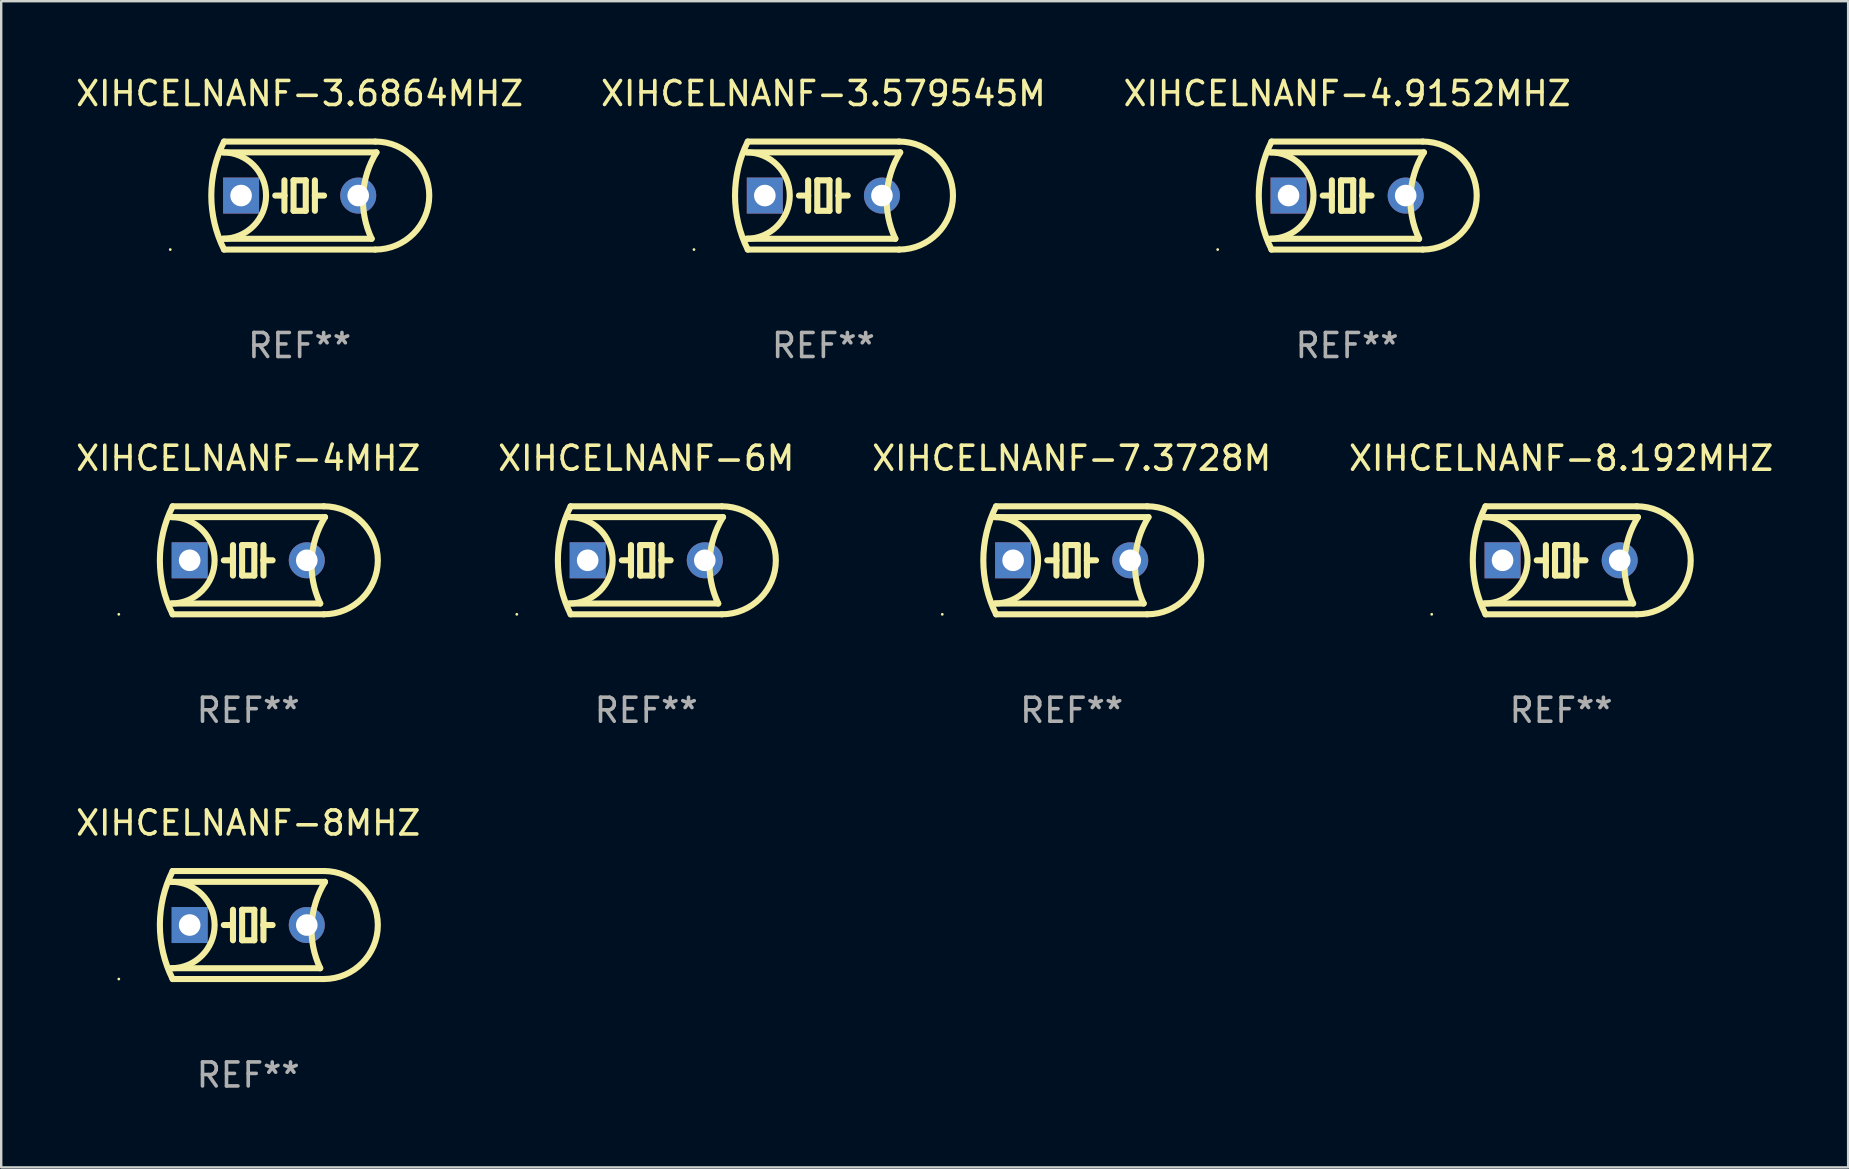
<source format=kicad_pcb>
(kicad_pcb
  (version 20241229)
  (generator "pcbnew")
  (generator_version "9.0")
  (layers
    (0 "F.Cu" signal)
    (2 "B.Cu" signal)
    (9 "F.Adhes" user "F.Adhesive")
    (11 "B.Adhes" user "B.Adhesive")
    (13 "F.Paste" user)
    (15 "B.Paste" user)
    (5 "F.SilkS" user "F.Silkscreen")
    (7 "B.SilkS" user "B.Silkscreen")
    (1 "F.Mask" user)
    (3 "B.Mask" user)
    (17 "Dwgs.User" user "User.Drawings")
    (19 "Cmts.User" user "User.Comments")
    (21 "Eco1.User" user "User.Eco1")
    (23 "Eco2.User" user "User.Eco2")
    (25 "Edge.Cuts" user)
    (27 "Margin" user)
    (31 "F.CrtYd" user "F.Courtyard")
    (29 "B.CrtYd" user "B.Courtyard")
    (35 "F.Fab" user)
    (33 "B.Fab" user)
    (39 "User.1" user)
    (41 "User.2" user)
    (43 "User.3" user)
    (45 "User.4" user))
  (footprint "XIHCELNANF-4MHZ"
    (layer "F.Cu")
    (at 7.292 20.295)
    (property "Reference" "XIHCELNANF-4MHZ" (at 0 -4.25 0) (layer "F.SilkS") (effects (font (size 1 1) (thickness 0.15))))
    (attr through_hole)
    (fp_line (start -3.2 -1.8) (end 3.2 -1.8) (stroke (width 0.254) (type solid)) (layer "F.SilkS"))
    (fp_line (start -3.15 2.25) (end 3.15 2.25) (stroke (width 0.254) (type solid)) (layer "F.SilkS"))
    (fp_line (start -0.635 -0.635) (end -0.635 0) (stroke (width 0.254) (type solid)) (layer "F.SilkS"))
    (fp_line (start -0.635 0) (end -1.016 0) (stroke (width 0.254) (type solid)) (layer "F.SilkS"))
    (fp_line (start -0.635 0) (end -0.635 0.635) (stroke (width 0.254) (type solid)) (layer "F.SilkS"))
    (fp_line (start -0.254 -0.635) (end -0.254 0.635) (stroke (width 0.254) (type solid)) (layer "F.SilkS"))
    (fp_line (start -0.254 0.635) (end 0.254 0.635) (stroke (width 0.254) (type solid)) (layer "F.SilkS"))
    (fp_line (start 0.254 -0.635) (end -0.254 -0.635) (stroke (width 0.254) (type solid)) (layer "F.SilkS"))
    (fp_line (start 0.254 0.635) (end 0.254 -0.635) (stroke (width 0.254) (type solid)) (layer "F.SilkS"))
    (fp_line (start 0.635 -0.635) (end 0.635 0) (stroke (width 0.254) (type solid)) (layer "F.SilkS"))
    (fp_line (start 0.635 0) (end 0.635 0.635) (stroke (width 0.254) (type solid)) (layer "F.SilkS"))
    (fp_line (start 0.635 0) (end 1.016 0) (stroke (width 0.254) (type solid)) (layer "F.SilkS"))
    (fp_line (start 3 1.8) (end -3.2 1.8) (stroke (width 0.254) (type solid)) (layer "F.SilkS"))
    (fp_line (start 3.15 -2.25) (end -3.15 -2.25) (stroke (width 0.254) (type solid)) (layer "F.SilkS"))
    (fp_arc (start -3.200406 -1.800864) (mid -1.399974 -0.000635) (end -3.2 1.8) (stroke (width 0.254001) (type solid)) (layer "F.SilkS"))
    (fp_arc (start -3.149606 2.250444) (mid -3.680941 0.000261) (end -3.149987 -2.250013) (stroke (width 0.254001) (type solid)) (layer "F.SilkS"))
    (fp_arc (start 2.999746 1.800863) (mid 2.642982 -0.024977) (end 3.2 -1.8) (stroke (width 0.254001) (type solid)) (layer "F.SilkS"))
    (fp_arc (start 3.149607 -2.250445) (mid 5.399848 -0.000406) (end 3.149987 2.250013) (stroke (width 0.254001) (type solid)) (layer "F.SilkS"))
    (fp_circle (center -5.392 2.25) (end -5.362 2.25) (stroke (width 0.06) (type solid)) (fill no) (layer "F.SilkS"))
    (fp_text user "REF**" (at 0 6.25 0) (layer "F.Fab") (effects (font (size 1 1) (thickness 0.15))))
    (pad "1" thru_hole rect (at -2.44 0) (size 1.5 1.5) (drill 0.9) (layers "*.Cu" "*.Mask"))
    (pad "2" thru_hole circle (at 2.44 0) (size 1.5 1.5) (drill 0.9) (layers "*.Cu" "*.Mask")))
  (footprint "XIHCELNANF-7.3728M"
    (layer "F.Cu")
    (at 41.601 20.295)
    (property "Reference" "XIHCELNANF-7.3728M" (at 0 -4.25 0) (layer "F.SilkS") (effects (font (size 1 1) (thickness 0.15))))
    (attr through_hole)
    (fp_line (start -3.2 -1.8) (end 3.2 -1.8) (stroke (width 0.254) (type solid)) (layer "F.SilkS"))
    (fp_line (start -3.15 2.25) (end 3.15 2.25) (stroke (width 0.254) (type solid)) (layer "F.SilkS"))
    (fp_line (start -0.635 -0.635) (end -0.635 0) (stroke (width 0.254) (type solid)) (layer "F.SilkS"))
    (fp_line (start -0.635 0) (end -1.016 0) (stroke (width 0.254) (type solid)) (layer "F.SilkS"))
    (fp_line (start -0.635 0) (end -0.635 0.635) (stroke (width 0.254) (type solid)) (layer "F.SilkS"))
    (fp_line (start -0.254 -0.635) (end -0.254 0.635) (stroke (width 0.254) (type solid)) (layer "F.SilkS"))
    (fp_line (start -0.254 0.635) (end 0.254 0.635) (stroke (width 0.254) (type solid)) (layer "F.SilkS"))
    (fp_line (start 0.254 -0.635) (end -0.254 -0.635) (stroke (width 0.254) (type solid)) (layer "F.SilkS"))
    (fp_line (start 0.254 0.635) (end 0.254 -0.635) (stroke (width 0.254) (type solid)) (layer "F.SilkS"))
    (fp_line (start 0.635 -0.635) (end 0.635 0) (stroke (width 0.254) (type solid)) (layer "F.SilkS"))
    (fp_line (start 0.635 0) (end 0.635 0.635) (stroke (width 0.254) (type solid)) (layer "F.SilkS"))
    (fp_line (start 0.635 0) (end 1.016 0) (stroke (width 0.254) (type solid)) (layer "F.SilkS"))
    (fp_line (start 3 1.8) (end -3.2 1.8) (stroke (width 0.254) (type solid)) (layer "F.SilkS"))
    (fp_line (start 3.15 -2.25) (end -3.15 -2.25) (stroke (width 0.254) (type solid)) (layer "F.SilkS"))
    (fp_arc (start -3.200406 -1.800864) (mid -1.399974 -0.000635) (end -3.2 1.8) (stroke (width 0.254001) (type solid)) (layer "F.SilkS"))
    (fp_arc (start -3.149606 2.250444) (mid -3.680941 0.000261) (end -3.149987 -2.250013) (stroke (width 0.254001) (type solid)) (layer "F.SilkS"))
    (fp_arc (start 2.999746 1.800863) (mid 2.642982 -0.024977) (end 3.2 -1.8) (stroke (width 0.254001) (type solid)) (layer "F.SilkS"))
    (fp_arc (start 3.149607 -2.250445) (mid 5.399848 -0.000406) (end 3.149987 2.250013) (stroke (width 0.254001) (type solid)) (layer "F.SilkS"))
    (fp_circle (center -5.392 2.25) (end -5.362 2.25) (stroke (width 0.06) (type solid)) (fill no) (layer "F.SilkS"))
    (fp_text user "REF**" (at 0 6.25 0) (layer "F.Fab") (effects (font (size 1 1) (thickness 0.15))))
    (pad "1" thru_hole rect (at -2.44 0) (size 1.5 1.5) (drill 0.9) (layers "*.Cu" "*.Mask"))
    (pad "2" thru_hole circle (at 2.44 0) (size 1.5 1.5) (drill 0.9) (layers "*.Cu" "*.Mask")))
  (footprint "XIHCELNANF-8.192MHZ"
    (layer "F.Cu")
    (at 61.994 20.295)
    (property "Reference" "XIHCELNANF-8.192MHZ" (at 0 -4.25 0) (layer "F.SilkS") (effects (font (size 1 1) (thickness 0.15))))
    (attr through_hole)
    (fp_line (start -3.2 -1.8) (end 3.2 -1.8) (stroke (width 0.254) (type solid)) (layer "F.SilkS"))
    (fp_line (start -3.15 2.25) (end 3.15 2.25) (stroke (width 0.254) (type solid)) (layer "F.SilkS"))
    (fp_line (start -0.635 -0.635) (end -0.635 0) (stroke (width 0.254) (type solid)) (layer "F.SilkS"))
    (fp_line (start -0.635 0) (end -1.016 0) (stroke (width 0.254) (type solid)) (layer "F.SilkS"))
    (fp_line (start -0.635 0) (end -0.635 0.635) (stroke (width 0.254) (type solid)) (layer "F.SilkS"))
    (fp_line (start -0.254 -0.635) (end -0.254 0.635) (stroke (width 0.254) (type solid)) (layer "F.SilkS"))
    (fp_line (start -0.254 0.635) (end 0.254 0.635) (stroke (width 0.254) (type solid)) (layer "F.SilkS"))
    (fp_line (start 0.254 -0.635) (end -0.254 -0.635) (stroke (width 0.254) (type solid)) (layer "F.SilkS"))
    (fp_line (start 0.254 0.635) (end 0.254 -0.635) (stroke (width 0.254) (type solid)) (layer "F.SilkS"))
    (fp_line (start 0.635 -0.635) (end 0.635 0) (stroke (width 0.254) (type solid)) (layer "F.SilkS"))
    (fp_line (start 0.635 0) (end 0.635 0.635) (stroke (width 0.254) (type solid)) (layer "F.SilkS"))
    (fp_line (start 0.635 0) (end 1.016 0) (stroke (width 0.254) (type solid)) (layer "F.SilkS"))
    (fp_line (start 3 1.8) (end -3.2 1.8) (stroke (width 0.254) (type solid)) (layer "F.SilkS"))
    (fp_line (start 3.15 -2.25) (end -3.15 -2.25) (stroke (width 0.254) (type solid)) (layer "F.SilkS"))
    (fp_arc (start -3.200406 -1.800864) (mid -1.399974 -0.000635) (end -3.2 1.8) (stroke (width 0.254001) (type solid)) (layer "F.SilkS"))
    (fp_arc (start -3.149606 2.250444) (mid -3.680941 0.000261) (end -3.149987 -2.250013) (stroke (width 0.254001) (type solid)) (layer "F.SilkS"))
    (fp_arc (start 2.999746 1.800863) (mid 2.642982 -0.024977) (end 3.2 -1.8) (stroke (width 0.254001) (type solid)) (layer "F.SilkS"))
    (fp_arc (start 3.149607 -2.250445) (mid 5.399848 -0.000406) (end 3.149987 2.250013) (stroke (width 0.254001) (type solid)) (layer "F.SilkS"))
    (fp_circle (center -5.392 2.25) (end -5.362 2.25) (stroke (width 0.06) (type solid)) (fill no) (layer "F.SilkS"))
    (fp_text user "REF**" (at 0 6.25 0) (layer "F.Fab") (effects (font (size 1 1) (thickness 0.15))))
    (pad "1" thru_hole rect (at -2.44 0) (size 1.5 1.5) (drill 0.9) (layers "*.Cu" "*.Mask"))
    (pad "2" thru_hole circle (at 2.44 0) (size 1.5 1.5) (drill 0.9) (layers "*.Cu" "*.Mask")))
  (footprint "XIHCELNANF-6M"
    (layer "F.Cu")
    (at 23.875 20.295)
    (property "Reference" "XIHCELNANF-6M" (at 0 -4.25 0) (layer "F.SilkS") (effects (font (size 1 1) (thickness 0.15))))
    (attr through_hole)
    (fp_line (start -3.2 -1.8) (end 3.2 -1.8) (stroke (width 0.254) (type solid)) (layer "F.SilkS"))
    (fp_line (start -3.15 2.25) (end 3.15 2.25) (stroke (width 0.254) (type solid)) (layer "F.SilkS"))
    (fp_line (start -0.635 -0.635) (end -0.635 0) (stroke (width 0.254) (type solid)) (layer "F.SilkS"))
    (fp_line (start -0.635 0) (end -1.016 0) (stroke (width 0.254) (type solid)) (layer "F.SilkS"))
    (fp_line (start -0.635 0) (end -0.635 0.635) (stroke (width 0.254) (type solid)) (layer "F.SilkS"))
    (fp_line (start -0.254 -0.635) (end -0.254 0.635) (stroke (width 0.254) (type solid)) (layer "F.SilkS"))
    (fp_line (start -0.254 0.635) (end 0.254 0.635) (stroke (width 0.254) (type solid)) (layer "F.SilkS"))
    (fp_line (start 0.254 -0.635) (end -0.254 -0.635) (stroke (width 0.254) (type solid)) (layer "F.SilkS"))
    (fp_line (start 0.254 0.635) (end 0.254 -0.635) (stroke (width 0.254) (type solid)) (layer "F.SilkS"))
    (fp_line (start 0.635 -0.635) (end 0.635 0) (stroke (width 0.254) (type solid)) (layer "F.SilkS"))
    (fp_line (start 0.635 0) (end 0.635 0.635) (stroke (width 0.254) (type solid)) (layer "F.SilkS"))
    (fp_line (start 0.635 0) (end 1.016 0) (stroke (width 0.254) (type solid)) (layer "F.SilkS"))
    (fp_line (start 3 1.8) (end -3.2 1.8) (stroke (width 0.254) (type solid)) (layer "F.SilkS"))
    (fp_line (start 3.15 -2.25) (end -3.15 -2.25) (stroke (width 0.254) (type solid)) (layer "F.SilkS"))
    (fp_arc (start -3.200406 -1.800864) (mid -1.399974 -0.000635) (end -3.2 1.8) (stroke (width 0.254001) (type solid)) (layer "F.SilkS"))
    (fp_arc (start -3.149606 2.250444) (mid -3.680941 0.000261) (end -3.149987 -2.250013) (stroke (width 0.254001) (type solid)) (layer "F.SilkS"))
    (fp_arc (start 2.999746 1.800863) (mid 2.642982 -0.024977) (end 3.2 -1.8) (stroke (width 0.254001) (type solid)) (layer "F.SilkS"))
    (fp_arc (start 3.149607 -2.250445) (mid 5.399848 -0.000406) (end 3.149987 2.250013) (stroke (width 0.254001) (type solid)) (layer "F.SilkS"))
    (fp_circle (center -5.392 2.25) (end -5.362 2.25) (stroke (width 0.06) (type solid)) (fill no) (layer "F.SilkS"))
    (fp_text user "REF**" (at 0 6.25 0) (layer "F.Fab") (effects (font (size 1 1) (thickness 0.15))))
    (pad "1" thru_hole rect (at -2.44 0) (size 1.5 1.5) (drill 0.9) (layers "*.Cu" "*.Mask"))
    (pad "2" thru_hole circle (at 2.44 0) (size 1.5 1.5) (drill 0.9) (layers "*.Cu" "*.Mask")))
  (footprint "XIHCELNANF-4.9152MHZ"
    (layer "F.Cu")
    (at 53.077 5.098)
    (property "Reference" "XIHCELNANF-4.9152MHZ" (at 0 -4.25 0) (layer "F.SilkS") (effects (font (size 1 1) (thickness 0.15))))
    (attr through_hole)
    (fp_line (start -3.2 -1.8) (end 3.2 -1.8) (stroke (width 0.254) (type solid)) (layer "F.SilkS"))
    (fp_line (start -3.15 2.25) (end 3.15 2.25) (stroke (width 0.254) (type solid)) (layer "F.SilkS"))
    (fp_line (start -0.635 -0.635) (end -0.635 0) (stroke (width 0.254) (type solid)) (layer "F.SilkS"))
    (fp_line (start -0.635 0) (end -1.016 0) (stroke (width 0.254) (type solid)) (layer "F.SilkS"))
    (fp_line (start -0.635 0) (end -0.635 0.635) (stroke (width 0.254) (type solid)) (layer "F.SilkS"))
    (fp_line (start -0.254 -0.635) (end -0.254 0.635) (stroke (width 0.254) (type solid)) (layer "F.SilkS"))
    (fp_line (start -0.254 0.635) (end 0.254 0.635) (stroke (width 0.254) (type solid)) (layer "F.SilkS"))
    (fp_line (start 0.254 -0.635) (end -0.254 -0.635) (stroke (width 0.254) (type solid)) (layer "F.SilkS"))
    (fp_line (start 0.254 0.635) (end 0.254 -0.635) (stroke (width 0.254) (type solid)) (layer "F.SilkS"))
    (fp_line (start 0.635 -0.635) (end 0.635 0) (stroke (width 0.254) (type solid)) (layer "F.SilkS"))
    (fp_line (start 0.635 0) (end 0.635 0.635) (stroke (width 0.254) (type solid)) (layer "F.SilkS"))
    (fp_line (start 0.635 0) (end 1.016 0) (stroke (width 0.254) (type solid)) (layer "F.SilkS"))
    (fp_line (start 3 1.8) (end -3.2 1.8) (stroke (width 0.254) (type solid)) (layer "F.SilkS"))
    (fp_line (start 3.15 -2.25) (end -3.15 -2.25) (stroke (width 0.254) (type solid)) (layer "F.SilkS"))
    (fp_arc (start -3.200406 -1.800864) (mid -1.399974 -0.000635) (end -3.2 1.8) (stroke (width 0.254001) (type solid)) (layer "F.SilkS"))
    (fp_arc (start -3.149606 2.250444) (mid -3.680941 0.000261) (end -3.149987 -2.250013) (stroke (width 0.254001) (type solid)) (layer "F.SilkS"))
    (fp_arc (start 2.999746 1.800863) (mid 2.642982 -0.024977) (end 3.2 -1.8) (stroke (width 0.254001) (type solid)) (layer "F.SilkS"))
    (fp_arc (start 3.149607 -2.250445) (mid 5.399848 -0.000406) (end 3.149987 2.250013) (stroke (width 0.254001) (type solid)) (layer "F.SilkS"))
    (fp_circle (center -5.392 2.25) (end -5.362 2.25) (stroke (width 0.06) (type solid)) (fill no) (layer "F.SilkS"))
    (fp_text user "REF**" (at 0 6.25 0) (layer "F.Fab") (effects (font (size 1 1) (thickness 0.15))))
    (pad "1" thru_hole rect (at -2.44 0) (size 1.5 1.5) (drill 0.9) (layers "*.Cu" "*.Mask"))
    (pad "2" thru_hole circle (at 2.44 0) (size 1.5 1.5) (drill 0.9) (layers "*.Cu" "*.Mask")))
  (footprint "XIHCELNANF-3.6864MHZ"
    (layer "F.Cu")
    (at 9.435 5.098)
    (property "Reference" "XIHCELNANF-3.6864MHZ" (at 0 -4.25 0) (layer "F.SilkS") (effects (font (size 1 1) (thickness 0.15))))
    (attr through_hole)
    (fp_line (start -3.2 -1.8) (end 3.2 -1.8) (stroke (width 0.254) (type solid)) (layer "F.SilkS"))
    (fp_line (start -3.15 2.25) (end 3.15 2.25) (stroke (width 0.254) (type solid)) (layer "F.SilkS"))
    (fp_line (start -0.635 -0.635) (end -0.635 0) (stroke (width 0.254) (type solid)) (layer "F.SilkS"))
    (fp_line (start -0.635 0) (end -1.016 0) (stroke (width 0.254) (type solid)) (layer "F.SilkS"))
    (fp_line (start -0.635 0) (end -0.635 0.635) (stroke (width 0.254) (type solid)) (layer "F.SilkS"))
    (fp_line (start -0.254 -0.635) (end -0.254 0.635) (stroke (width 0.254) (type solid)) (layer "F.SilkS"))
    (fp_line (start -0.254 0.635) (end 0.254 0.635) (stroke (width 0.254) (type solid)) (layer "F.SilkS"))
    (fp_line (start 0.254 -0.635) (end -0.254 -0.635) (stroke (width 0.254) (type solid)) (layer "F.SilkS"))
    (fp_line (start 0.254 0.635) (end 0.254 -0.635) (stroke (width 0.254) (type solid)) (layer "F.SilkS"))
    (fp_line (start 0.635 -0.635) (end 0.635 0) (stroke (width 0.254) (type solid)) (layer "F.SilkS"))
    (fp_line (start 0.635 0) (end 0.635 0.635) (stroke (width 0.254) (type solid)) (layer "F.SilkS"))
    (fp_line (start 0.635 0) (end 1.016 0) (stroke (width 0.254) (type solid)) (layer "F.SilkS"))
    (fp_line (start 3 1.8) (end -3.2 1.8) (stroke (width 0.254) (type solid)) (layer "F.SilkS"))
    (fp_line (start 3.15 -2.25) (end -3.15 -2.25) (stroke (width 0.254) (type solid)) (layer "F.SilkS"))
    (fp_arc (start -3.200406 -1.800864) (mid -1.399974 -0.000635) (end -3.2 1.8) (stroke (width 0.254001) (type solid)) (layer "F.SilkS"))
    (fp_arc (start -3.149606 2.250444) (mid -3.680941 0.000261) (end -3.149987 -2.250013) (stroke (width 0.254001) (type solid)) (layer "F.SilkS"))
    (fp_arc (start 2.999746 1.800863) (mid 2.642982 -0.024977) (end 3.2 -1.8) (stroke (width 0.254001) (type solid)) (layer "F.SilkS"))
    (fp_arc (start 3.149607 -2.250445) (mid 5.399848 -0.000406) (end 3.149987 2.250013) (stroke (width 0.254001) (type solid)) (layer "F.SilkS"))
    (fp_circle (center -5.392 2.25) (end -5.362 2.25) (stroke (width 0.06) (type solid)) (fill no) (layer "F.SilkS"))
    (fp_text user "REF**" (at 0 6.25 0) (layer "F.Fab") (effects (font (size 1 1) (thickness 0.15))))
    (pad "1" thru_hole rect (at -2.44 0) (size 1.5 1.5) (drill 0.9) (layers "*.Cu" "*.Mask"))
    (pad "2" thru_hole circle (at 2.44 0) (size 1.5 1.5) (drill 0.9) (layers "*.Cu" "*.Mask")))
  (footprint "XIHCELNANF-3.579545M"
    (layer "F.Cu")
    (at 31.256 5.098)
    (property "Reference" "XIHCELNANF-3.579545M" (at 0 -4.25 0) (layer "F.SilkS") (effects (font (size 1 1) (thickness 0.15))))
    (attr through_hole)
    (fp_line (start -3.2 -1.8) (end 3.2 -1.8) (stroke (width 0.254) (type solid)) (layer "F.SilkS"))
    (fp_line (start -3.15 2.25) (end 3.15 2.25) (stroke (width 0.254) (type solid)) (layer "F.SilkS"))
    (fp_line (start -0.635 -0.635) (end -0.635 0) (stroke (width 0.254) (type solid)) (layer "F.SilkS"))
    (fp_line (start -0.635 0) (end -1.016 0) (stroke (width 0.254) (type solid)) (layer "F.SilkS"))
    (fp_line (start -0.635 0) (end -0.635 0.635) (stroke (width 0.254) (type solid)) (layer "F.SilkS"))
    (fp_line (start -0.254 -0.635) (end -0.254 0.635) (stroke (width 0.254) (type solid)) (layer "F.SilkS"))
    (fp_line (start -0.254 0.635) (end 0.254 0.635) (stroke (width 0.254) (type solid)) (layer "F.SilkS"))
    (fp_line (start 0.254 -0.635) (end -0.254 -0.635) (stroke (width 0.254) (type solid)) (layer "F.SilkS"))
    (fp_line (start 0.254 0.635) (end 0.254 -0.635) (stroke (width 0.254) (type solid)) (layer "F.SilkS"))
    (fp_line (start 0.635 -0.635) (end 0.635 0) (stroke (width 0.254) (type solid)) (layer "F.SilkS"))
    (fp_line (start 0.635 0) (end 0.635 0.635) (stroke (width 0.254) (type solid)) (layer "F.SilkS"))
    (fp_line (start 0.635 0) (end 1.016 0) (stroke (width 0.254) (type solid)) (layer "F.SilkS"))
    (fp_line (start 3 1.8) (end -3.2 1.8) (stroke (width 0.254) (type solid)) (layer "F.SilkS"))
    (fp_line (start 3.15 -2.25) (end -3.15 -2.25) (stroke (width 0.254) (type solid)) (layer "F.SilkS"))
    (fp_arc (start -3.200406 -1.800864) (mid -1.399974 -0.000635) (end -3.2 1.8) (stroke (width 0.254001) (type solid)) (layer "F.SilkS"))
    (fp_arc (start -3.149606 2.250444) (mid -3.680941 0.000261) (end -3.149987 -2.250013) (stroke (width 0.254001) (type solid)) (layer "F.SilkS"))
    (fp_arc (start 2.999746 1.800863) (mid 2.642982 -0.024977) (end 3.2 -1.8) (stroke (width 0.254001) (type solid)) (layer "F.SilkS"))
    (fp_arc (start 3.149607 -2.250445) (mid 5.399848 -0.000406) (end 3.149987 2.250013) (stroke (width 0.254001) (type solid)) (layer "F.SilkS"))
    (fp_circle (center -5.392 2.25) (end -5.362 2.25) (stroke (width 0.06) (type solid)) (fill no) (layer "F.SilkS"))
    (fp_text user "REF**" (at 0 6.25 0) (layer "F.Fab") (effects (font (size 1 1) (thickness 0.15))))
    (pad "1" thru_hole rect (at -2.44 0) (size 1.5 1.5) (drill 0.9) (layers "*.Cu" "*.Mask"))
    (pad "2" thru_hole circle (at 2.44 0) (size 1.5 1.5) (drill 0.9) (layers "*.Cu" "*.Mask")))
  (footprint "XIHCELNANF-8MHZ"
    (layer "F.Cu")
    (at 7.292 35.491)
    (property "Reference" "XIHCELNANF-8MHZ" (at 0 -4.25 0) (layer "F.SilkS") (effects (font (size 1 1) (thickness 0.15))))
    (attr through_hole)
    (fp_line (start -3.2 -1.8) (end 3.2 -1.8) (stroke (width 0.254) (type solid)) (layer "F.SilkS"))
    (fp_line (start -3.15 2.25) (end 3.15 2.25) (stroke (width 0.254) (type solid)) (layer "F.SilkS"))
    (fp_line (start -0.635 -0.635) (end -0.635 0) (stroke (width 0.254) (type solid)) (layer "F.SilkS"))
    (fp_line (start -0.635 0) (end -1.016 0) (stroke (width 0.254) (type solid)) (layer "F.SilkS"))
    (fp_line (start -0.635 0) (end -0.635 0.635) (stroke (width 0.254) (type solid)) (layer "F.SilkS"))
    (fp_line (start -0.254 -0.635) (end -0.254 0.635) (stroke (width 0.254) (type solid)) (layer "F.SilkS"))
    (fp_line (start -0.254 0.635) (end 0.254 0.635) (stroke (width 0.254) (type solid)) (layer "F.SilkS"))
    (fp_line (start 0.254 -0.635) (end -0.254 -0.635) (stroke (width 0.254) (type solid)) (layer "F.SilkS"))
    (fp_line (start 0.254 0.635) (end 0.254 -0.635) (stroke (width 0.254) (type solid)) (layer "F.SilkS"))
    (fp_line (start 0.635 -0.635) (end 0.635 0) (stroke (width 0.254) (type solid)) (layer "F.SilkS"))
    (fp_line (start 0.635 0) (end 0.635 0.635) (stroke (width 0.254) (type solid)) (layer "F.SilkS"))
    (fp_line (start 0.635 0) (end 1.016 0) (stroke (width 0.254) (type solid)) (layer "F.SilkS"))
    (fp_line (start 3 1.8) (end -3.2 1.8) (stroke (width 0.254) (type solid)) (layer "F.SilkS"))
    (fp_line (start 3.15 -2.25) (end -3.15 -2.25) (stroke (width 0.254) (type solid)) (layer "F.SilkS"))
    (fp_arc (start -3.200406 -1.800864) (mid -1.399974 -0.000635) (end -3.2 1.8) (stroke (width 0.254001) (type solid)) (layer "F.SilkS"))
    (fp_arc (start -3.149606 2.250444) (mid -3.680941 0.000261) (end -3.149987 -2.250013) (stroke (width 0.254001) (type solid)) (layer "F.SilkS"))
    (fp_arc (start 2.999746 1.800863) (mid 2.642982 -0.024977) (end 3.2 -1.8) (stroke (width 0.254001) (type solid)) (layer "F.SilkS"))
    (fp_arc (start 3.149607 -2.250445) (mid 5.399848 -0.000406) (end 3.149987 2.250013) (stroke (width 0.254001) (type solid)) (layer "F.SilkS"))
    (fp_circle (center -5.392 2.25) (end -5.362 2.25) (stroke (width 0.06) (type solid)) (fill no) (layer "F.SilkS"))
    (fp_text user "REF**" (at 0 6.25 0) (layer "F.Fab") (effects (font (size 1 1) (thickness 0.15))))
    (pad "1" thru_hole rect (at -2.44 0) (size 1.5 1.5) (drill 0.9) (layers "*.Cu" "*.Mask"))
    (pad "2" thru_hole circle (at 2.44 0) (size 1.5 1.5) (drill 0.9) (layers "*.Cu" "*.Mask")))
  (gr_rect
    (start -3 -3)
    (end 73.952 45.59)
    (stroke (width 0.1) (type default))
    (fill no)
    (layer "Edge.Cuts")))
</source>
